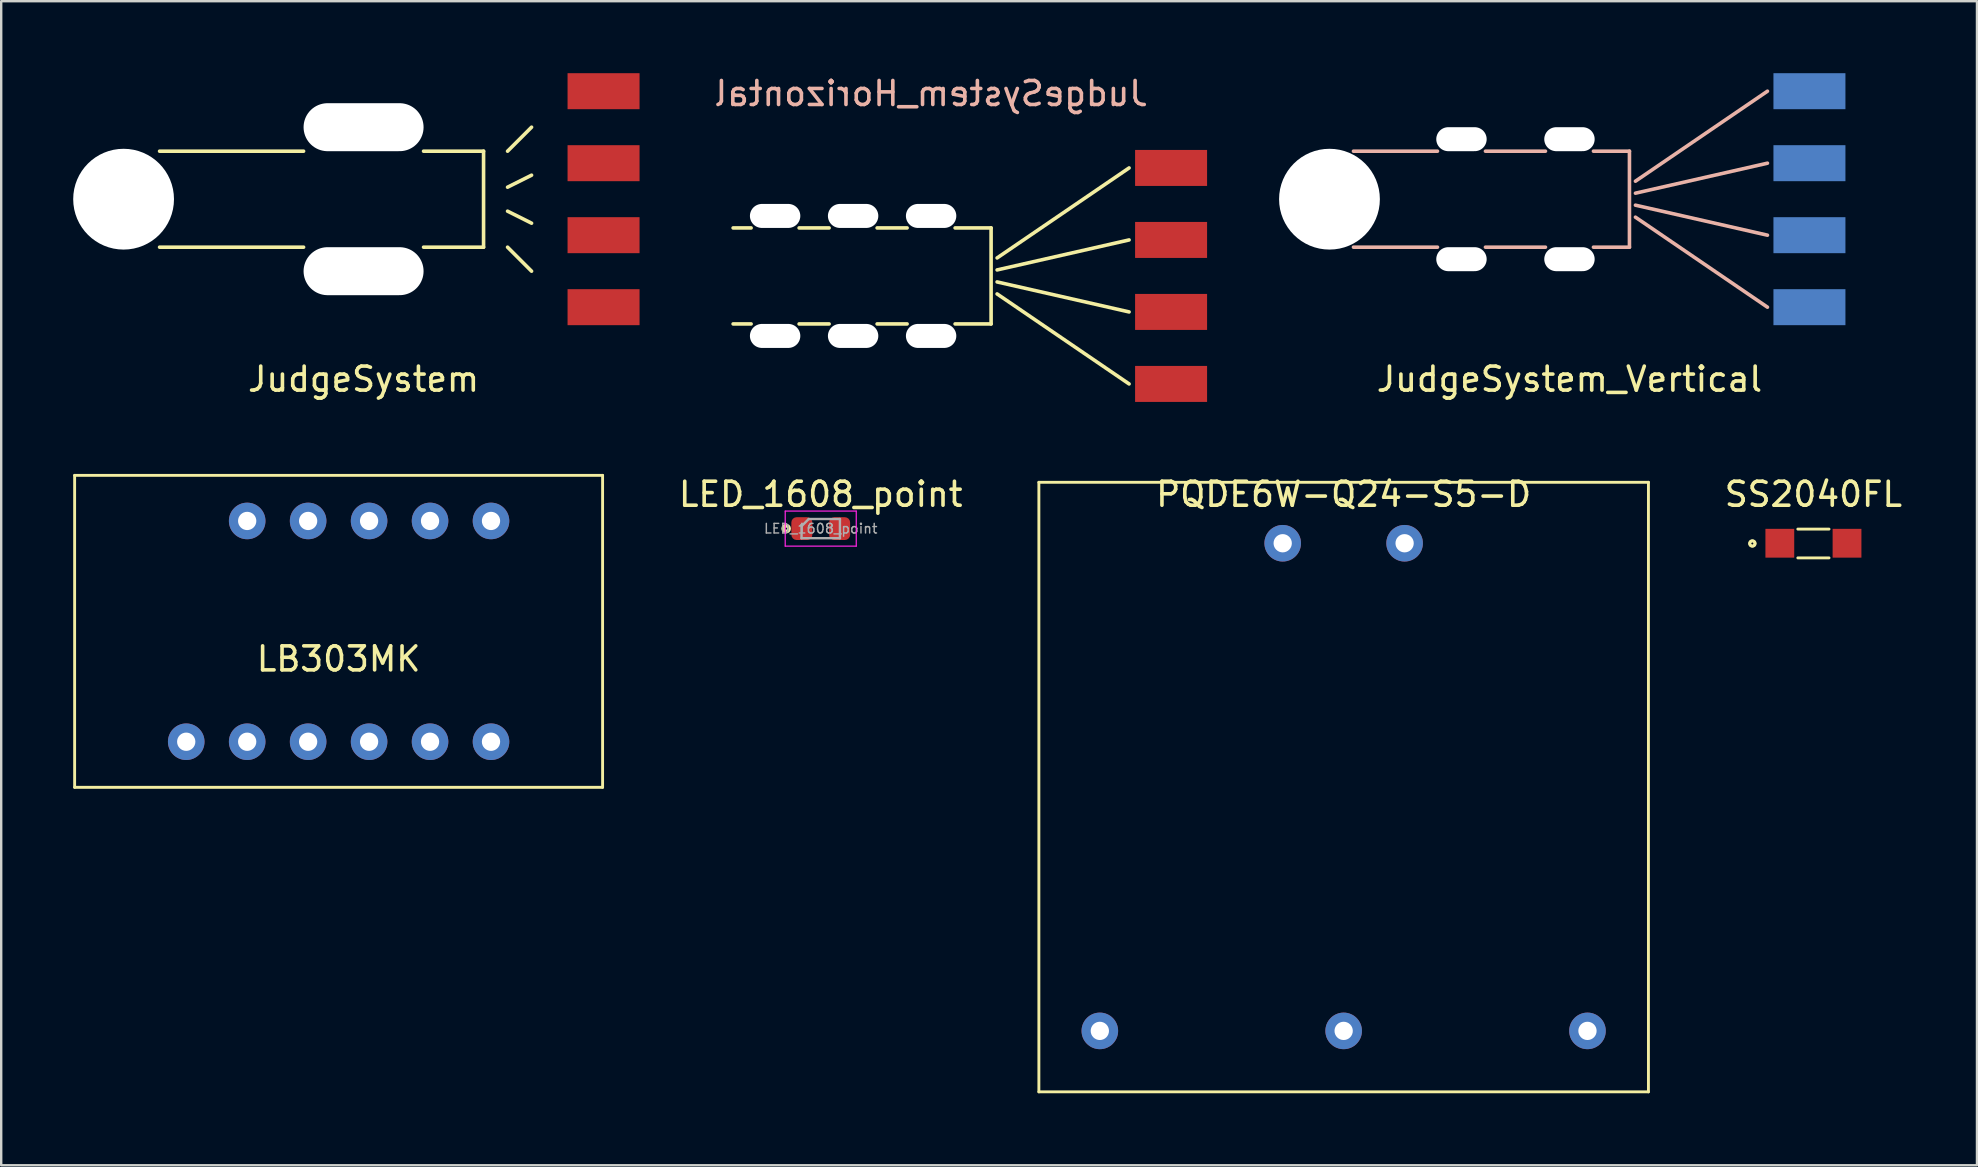
<source format=kicad_pcb>
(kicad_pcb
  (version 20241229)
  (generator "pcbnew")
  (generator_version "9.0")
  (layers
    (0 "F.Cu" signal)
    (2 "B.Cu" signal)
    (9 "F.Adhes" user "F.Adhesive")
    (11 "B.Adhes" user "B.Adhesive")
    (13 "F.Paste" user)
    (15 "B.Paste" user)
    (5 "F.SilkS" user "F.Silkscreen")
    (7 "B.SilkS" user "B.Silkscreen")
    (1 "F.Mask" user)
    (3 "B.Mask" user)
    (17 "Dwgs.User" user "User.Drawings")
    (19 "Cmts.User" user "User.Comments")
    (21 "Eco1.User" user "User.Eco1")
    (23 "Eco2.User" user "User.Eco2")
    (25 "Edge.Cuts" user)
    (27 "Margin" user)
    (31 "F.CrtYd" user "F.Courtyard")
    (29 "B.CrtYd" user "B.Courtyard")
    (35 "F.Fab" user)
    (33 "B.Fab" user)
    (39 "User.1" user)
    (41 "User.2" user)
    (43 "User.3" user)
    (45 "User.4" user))
  (footprint "JudgeSystem_Vertical"
    (layer "F.Cu")
    (at 62.349 5.25)
    (property "Reference" "JudgeSystem_Vertical" (at 0 7.5 0) (layer "F.SilkS") (effects (font (size 1 1) (thickness 0.15))))
    (attr through_hole)
    (fp_line (start -9 2) (end -5.5 2) (stroke (width 0.15) (type solid)) (layer "B.SilkS"))
    (fp_line (start -5.5 -2) (end -9 -2) (stroke (width 0.15) (type solid)) (layer "B.SilkS"))
    (fp_line (start -1 -2) (end -3.5 -2) (stroke (width 0.15) (type solid)) (layer "B.SilkS"))
    (fp_line (start -1 2) (end -3.5 2) (stroke (width 0.15) (type solid)) (layer "B.SilkS"))
    (fp_line (start 2.5 -2) (end 1 -2) (stroke (width 0.15) (type solid)) (layer "B.SilkS"))
    (fp_line (start 2.5 -2) (end 2.5 2) (stroke (width 0.15) (type solid)) (layer "B.SilkS"))
    (fp_line (start 2.5 2) (end 1 2) (stroke (width 0.15) (type solid)) (layer "B.SilkS"))
    (fp_line (start 2.75 -0.75) (end 8.25 -4.5) (stroke (width 0.15) (type solid)) (layer "B.SilkS"))
    (fp_line (start 2.75 -0.25) (end 8.25 -1.5) (stroke (width 0.15) (type solid)) (layer "B.SilkS"))
    (fp_line (start 2.75 0.25) (end 8.25 1.5) (stroke (width 0.15) (type solid)) (layer "B.SilkS"))
    (fp_line (start 2.75 0.75) (end 8.25 4.5) (stroke (width 0.15) (type solid)) (layer "B.SilkS"))
    (pad "" np_thru_hole circle (at -10 0) (size 4.2 4.2) (drill 4.2) (layers "*.Cu" "*.Mask"))
    (pad "" np_thru_hole oval (at -4.5 -2.5 180) (size 2.1 1) (drill oval 2.1 1) (layers "*.Cu" "*.Mask"))
    (pad "" np_thru_hole oval (at -4.5 2.5 180) (size 2.1 1) (drill oval 2.1 1) (layers "*.Cu" "*.Mask"))
    (pad "" np_thru_hole oval (at 0 -2.5 180) (size 2.1 1) (drill oval 2.1 1) (layers "*.Cu" "*.Mask"))
    (pad "" np_thru_hole oval (at 0 2.5 180) (size 2.1 1) (drill oval 2.1 1) (layers "*.Cu" "*.Mask"))
    (pad "1" smd rect (at 10 -4.5 90) (size 1.5 3) (layers "B.Cu" "B.Mask" "B.Paste"))
    (pad "2" smd rect (at 10 -1.5 90) (size 1.5 3) (layers "B.Cu" "B.Mask" "B.Paste"))
    (pad "3" smd rect (at 10 1.5 90) (size 1.5 3) (layers "B.Cu" "B.Mask" "B.Paste"))
    (pad "4" smd rect (at 10 4.5 90) (size 1.5 3) (layers "B.Cu" "B.Mask" "B.Paste")))
  (footprint "LB303MK"
    (layer "F.Cu")
    (at 11.06 23.413)
    (property "Reference" "LB303MK" (at 0 0.995 0) (layer "F.SilkS") (effects (font (size 1 1) (thickness 0.15))))
    (attr through_hole)
    (fp_line (start -11 -6.655) (end 11 -6.655) (stroke (width 0.12) (type solid)) (layer "F.SilkS"))
    (fp_line (start -11 6.345) (end -11 -6.655) (stroke (width 0.12) (type solid)) (layer "F.SilkS"))
    (fp_line (start 11 -6.655) (end 11 6.345) (stroke (width 0.12) (type solid)) (layer "F.SilkS"))
    (fp_line (start 11 6.345) (end -11 6.345) (stroke (width 0.12) (type solid)) (layer "F.SilkS"))
    (fp_text user "TEXT" (at 0 2.745 0) (layer "Eco2.User") (effects (font (size 1 1) (thickness 0.15))))
    (pad "1" thru_hole circle (at -6.35 4.445) (size 1.524 1.524) (drill 0.762) (layers "*.Cu" "*.Mask"))
    (pad "2" thru_hole circle (at -3.81 4.445) (size 1.524 1.524) (drill 0.762) (layers "*.Cu" "*.Mask"))
    (pad "3" thru_hole circle (at -1.27 4.445) (size 1.524 1.524) (drill 0.762) (layers "*.Cu" "*.Mask"))
    (pad "4" thru_hole circle (at 1.27 4.445) (size 1.524 1.524) (drill 0.762) (layers "*.Cu" "*.Mask"))
    (pad "5" thru_hole circle (at 3.81 4.445) (size 1.524 1.524) (drill 0.762) (layers "*.Cu" "*.Mask"))
    (pad "6" thru_hole circle (at 6.35 4.445) (size 1.524 1.524) (drill 0.762) (layers "*.Cu" "*.Mask"))
    (pad "7" thru_hole circle (at 6.35 -4.755) (size 1.524 1.524) (drill 0.762) (layers "*.Cu" "*.Mask"))
    (pad "8" thru_hole circle (at 3.81 -4.755) (size 1.524 1.524) (drill 0.762) (layers "*.Cu" "*.Mask"))
    (pad "9" thru_hole circle (at 1.27 -4.755) (size 1.524 1.524) (drill 0.762) (layers "*.Cu" "*.Mask"))
    (pad "10" thru_hole circle (at -1.27 -4.755) (size 1.524 1.524) (drill 0.762) (layers "*.Cu" "*.Mask"))
    (pad "11" thru_hole circle (at -3.81 -4.755) (size 1.524 1.524) (drill 0.762) (layers "*.Cu" "*.Mask")))
  (footprint "LED_1608_point"
    (layer "F.Cu")
    (at 31.15 18.977)
    (property "Reference" "LED_1608_point" (at 0 -1.43 0) (layer "F.SilkS") (effects (font (size 1 1) (thickness 0.15))))
    (attr smd)
    (fp_circle (center -1.441 0) (end -1.4 0) (stroke (width 0.12) (type solid)) (fill no) (layer "F.SilkS"))
    (fp_circle (center -1.441 0) (end -1.341 0.1) (stroke (width 0.12) (type solid)) (fill no) (layer "F.SilkS"))
    (fp_line (start -1.48 -0.73) (end 1.48 -0.73) (stroke (width 0.05) (type solid)) (layer "F.CrtYd"))
    (fp_line (start -1.48 0.73) (end -1.48 -0.73) (stroke (width 0.05) (type solid)) (layer "F.CrtYd"))
    (fp_line (start 1.48 -0.73) (end 1.48 0.73) (stroke (width 0.05) (type solid)) (layer "F.CrtYd"))
    (fp_line (start 1.48 0.73) (end -1.48 0.73) (stroke (width 0.05) (type solid)) (layer "F.CrtYd"))
    (fp_line (start -0.8 -0.1) (end -0.8 0.4) (stroke (width 0.1) (type solid)) (layer "F.Fab"))
    (fp_line (start -0.8 0.4) (end 0.8 0.4) (stroke (width 0.1) (type solid)) (layer "F.Fab"))
    (fp_line (start -0.5 -0.4) (end -0.8 -0.1) (stroke (width 0.1) (type solid)) (layer "F.Fab"))
    (fp_line (start 0.8 -0.4) (end -0.5 -0.4) (stroke (width 0.1) (type solid)) (layer "F.Fab"))
    (fp_line (start 0.8 0.4) (end 0.8 -0.4) (stroke (width 0.1) (type solid)) (layer "F.Fab"))
    (fp_text user "${REFERENCE}" (at 0 0 0) (layer "F.Fab") (effects (font (size 0.4 0.4) (thickness 0.06))))
    (pad "1" smd roundrect (at -0.787 0) (size 0.875 0.95) (layers "F.Cu" "F.Mask" "F.Paste") (roundrect_rratio 0.25))
    (pad "2" smd roundrect (at 0.787 0) (size 0.875 0.95) (layers "F.Cu" "F.Mask" "F.Paste") (roundrect_rratio 0.25)))
  (footprint "SS2040FL"
    (layer "F.Cu")
    (at 72.515 17.047)
    (property "Reference" "SS2040FL" (at 0 0.5 0) (layer "F.SilkS") (effects (font (size 1 1) (thickness 0.15))))
    (attr through_hole)
    (fp_line (start -0.65 1.95) (end 0.65 1.95) (stroke (width 0.12) (type solid)) (layer "F.SilkS"))
    (fp_line (start 0.65 3.15) (end -0.65 3.15) (stroke (width 0.12) (type solid)) (layer "F.SilkS"))
    (fp_circle (center -2.55 2.55) (end -2.5 2.55) (stroke (width 0.12) (type solid)) (fill no) (layer "F.SilkS"))
    (fp_circle (center -2.538 2.55) (end -2.438 2.6) (stroke (width 0.12) (type solid)) (fill no) (layer "F.SilkS"))
    (pad "1" smd rect (at -1.4 2.54) (size 1.2 1.2) (layers "F.Cu" "F.Mask" "F.Paste"))
    (pad "2" smd rect (at 1.4 2.54) (size 1.2 1.2) (layers "F.Cu" "F.Mask" "F.Paste")))
  (footprint "JudgeSystem"
    (layer "F.Cu")
    (at 12.1 5.25)
    (property "Reference" "JudgeSystem" (at 0 7.5 0) (layer "F.SilkS") (effects (font (size 1 1) (thickness 0.15))))
    (attr through_hole)
    (fp_line (start -8.5 2) (end -2.5 2) (stroke (width 0.15) (type solid)) (layer "F.SilkS"))
    (fp_line (start -2.5 -2) (end -8.5 -2) (stroke (width 0.15) (type solid)) (layer "F.SilkS"))
    (fp_line (start 2.5 2) (end 5 2) (stroke (width 0.15) (type solid)) (layer "F.SilkS"))
    (fp_line (start 5 -2) (end 2.5 -2) (stroke (width 0.15) (type solid)) (layer "F.SilkS"))
    (fp_line (start 5 -2) (end 5 2) (stroke (width 0.15) (type solid)) (layer "F.SilkS"))
    (fp_line (start 6 -2) (end 7 -3) (stroke (width 0.15) (type solid)) (layer "F.SilkS"))
    (fp_line (start 6 -0.5) (end 7 -1) (stroke (width 0.15) (type solid)) (layer "F.SilkS"))
    (fp_line (start 6 0.5) (end 7 1) (stroke (width 0.15) (type solid)) (layer "F.SilkS"))
    (fp_line (start 6 2) (end 7 3) (stroke (width 0.15) (type solid)) (layer "F.SilkS"))
    (pad "" np_thru_hole circle (at -10 0) (size 4.2 4.2) (drill 4.2) (layers "*.Cu" "*.Mask"))
    (pad "" np_thru_hole oval (at 0 -3) (size 5 2) (drill oval 5 2) (layers "*.Cu" "*.Mask"))
    (pad "" np_thru_hole oval (at 0 3) (size 5 2) (drill oval 5 2) (layers "*.Cu" "*.Mask"))
    (pad "1" smd rect (at 10 -4.5 90) (size 1.5 3) (layers "F.Cu" "F.Mask" "F.Paste"))
    (pad "2" smd rect (at 10 -1.5 90) (size 1.5 3) (layers "F.Cu" "F.Mask" "F.Paste"))
    (pad "3" smd rect (at 10 1.5 90) (size 1.5 3) (layers "F.Cu" "F.Mask" "F.Paste"))
    (pad "4" smd rect (at 10 4.5 90) (size 1.5 3) (layers "F.Cu" "F.Mask" "F.Paste")))
  (footprint "JudgeSystem_Horizontal"
    (layer "F.Cu")
    (at 35.749 8.448)
    (property "Reference" "JudgeSystem_Horizontal" (at 0 -7.6 0) (layer "B.SilkS") (effects (font (size 1 1) (thickness 0.15)) (justify mirror)))
    (attr through_hole)
    (fp_line (start -7.5 -2) (end -8.25 -2) (stroke (width 0.15) (type solid)) (layer "F.SilkS"))
    (fp_line (start -7.5 2) (end -8.25 2) (stroke (width 0.15) (type solid)) (layer "F.SilkS"))
    (fp_line (start -5.5 2) (end -4.25 2) (stroke (width 0.15) (type solid)) (layer "F.SilkS"))
    (fp_line (start -4.25 -2) (end -5.5 -2) (stroke (width 0.15) (type solid)) (layer "F.SilkS"))
    (fp_line (start -2.25 2) (end -1 2) (stroke (width 0.15) (type solid)) (layer "F.SilkS"))
    (fp_line (start -1 -2) (end -2.25 -2) (stroke (width 0.15) (type solid)) (layer "F.SilkS"))
    (fp_line (start 2.5 -2) (end 1 -2) (stroke (width 0.15) (type solid)) (layer "F.SilkS"))
    (fp_line (start 2.5 2) (end 1 2) (stroke (width 0.15) (type solid)) (layer "F.SilkS"))
    (fp_line (start 2.5 2) (end 2.5 -2) (stroke (width 0.15) (type solid)) (layer "F.SilkS"))
    (fp_line (start 2.75 -0.75) (end 8.25 -4.5) (stroke (width 0.15) (type solid)) (layer "F.SilkS"))
    (fp_line (start 2.75 -0.25) (end 8.25 -1.5) (stroke (width 0.15) (type solid)) (layer "F.SilkS"))
    (fp_line (start 2.75 0.25) (end 8.25 1.5) (stroke (width 0.15) (type solid)) (layer "F.SilkS"))
    (fp_line (start 2.75 0.75) (end 8.25 4.5) (stroke (width 0.15) (type solid)) (layer "F.SilkS"))
    (pad "" np_thru_hole oval (at -6.5 -2.5 180) (size 2.1 1) (drill oval 2.1 1) (layers "*.Cu" "*.Mask"))
    (pad "" np_thru_hole oval (at -6.5 2.5 180) (size 2.1 1) (drill oval 2.1 1) (layers "*.Cu" "*.Mask"))
    (pad "" np_thru_hole oval (at -3.25 -2.5 180) (size 2.1 1) (drill oval 2.1 1) (layers "*.Cu" "*.Mask"))
    (pad "" np_thru_hole oval (at -3.25 2.5 180) (size 2.1 1) (drill oval 2.1 1) (layers "*.Cu" "*.Mask"))
    (pad "" np_thru_hole oval (at 0 -2.5 180) (size 2.1 1) (drill oval 2.1 1) (layers "*.Cu" "*.Mask"))
    (pad "" np_thru_hole oval (at 0 2.5 180) (size 2.1 1) (drill oval 2.1 1) (layers "*.Cu" "*.Mask"))
    (pad "1" smd rect (at 10 -4.5 90) (size 1.5 3) (layers "F.Cu" "F.Mask" "F.Paste"))
    (pad "2" smd rect (at 10 -1.5 90) (size 1.5 3) (layers "F.Cu" "F.Mask" "F.Paste"))
    (pad "3" smd rect (at 10 1.5 90) (size 1.5 3) (layers "F.Cu" "F.Mask" "F.Paste"))
    (pad "4" smd rect (at 10 4.5 90) (size 1.5 3) (layers "F.Cu" "F.Mask" "F.Paste")))
  (footprint "PQDE6W-Q24-S5-D"
    (layer "F.Cu")
    (at 52.94 17.047)
    (property "Reference" "PQDE6W-Q24-S5-D" (at 0 0.5 0) (layer "F.SilkS") (effects (font (size 1 1) (thickness 0.15))))
    (attr through_hole)
    (fp_line (start -12.7 0) (end 12.7 0) (stroke (width 0.12) (type solid)) (layer "F.SilkS"))
    (fp_line (start -12.7 25.4) (end -12.7 0) (stroke (width 0.12) (type solid)) (layer "F.SilkS"))
    (fp_line (start 12.7 0) (end 12.7 25.4) (stroke (width 0.12) (type solid)) (layer "F.SilkS"))
    (fp_line (start 12.7 25.4) (end -12.7 25.4) (stroke (width 0.12) (type solid)) (layer "F.SilkS"))
    (pad "1" thru_hole circle (at 2.54 2.54) (size 1.524 1.524) (drill 0.762) (layers "*.Cu" "*.Mask"))
    (pad "2" thru_hole circle (at -2.54 2.54) (size 1.524 1.524) (drill 0.762) (layers "*.Cu" "*.Mask"))
    (pad "3" thru_hole circle (at -10.16 22.86) (size 1.524 1.524) (drill 0.762) (layers "*.Cu" "*.Mask"))
    (pad "4" thru_hole circle (at 0 22.86) (size 1.524 1.524) (drill 0.762) (layers "*.Cu" "*.Mask"))
    (pad "5" thru_hole circle (at 10.16 22.86) (size 1.524 1.524) (drill 0.762) (layers "*.Cu" "*.Mask")))
  (gr_rect
    (start -3 -3)
    (end 79.33 45.507)
    (stroke (width 0.1) (type default))
    (fill no)
    (layer "Edge.Cuts")))
</source>
